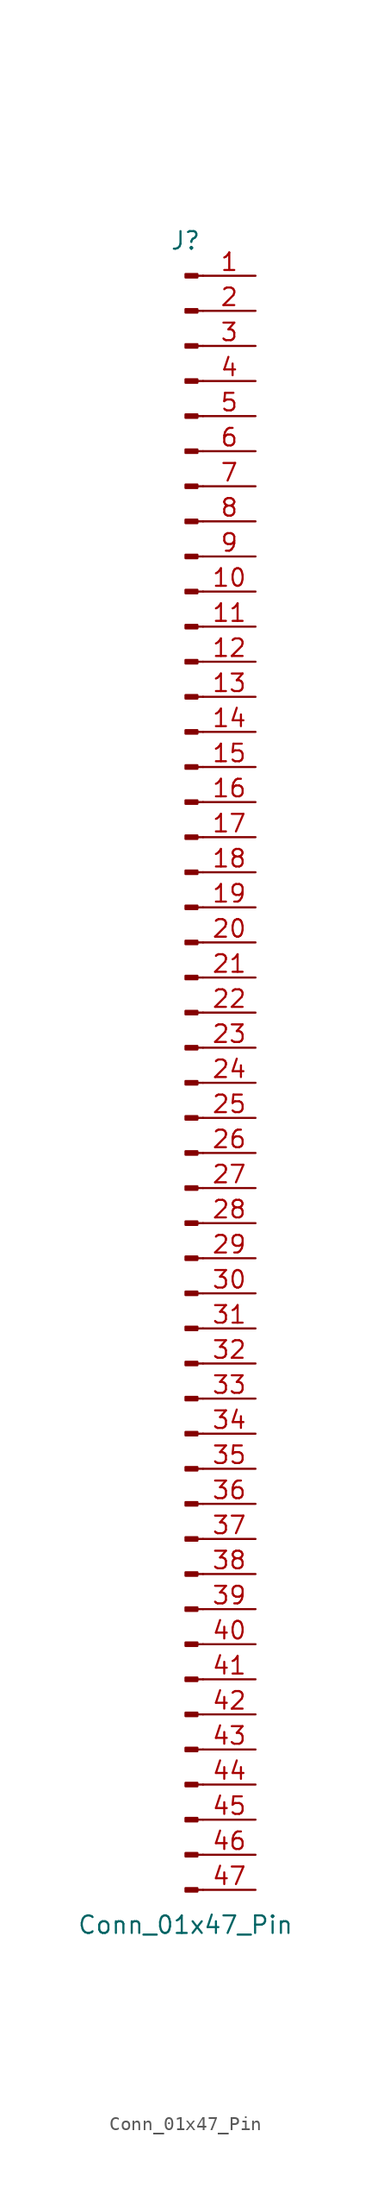
<source format=kicad_sym>
(kicad_symbol_lib
  (version 20220914)
  (generator kicad_symbol_editor)
  (symbol "Conn_01x47_Pin"
    (pin_names
      (offset 1.016) hide)
    (property "Reference" "J"
      (at 0 60.96 0)
      (effects (font (size 1.27 1.27))))
    (property "Value" "Conn_01x47_Pin"
      (at 0 -60.96 0)
      (effects (font (size 1.27 1.27))))
    (property "ki_locked" ""
      (at 0 0 0)
      (effects (font (size 1.27 1.27))))
    (symbol "Conn_01x47_Pin_1_1"
      (polyline (pts (xy 1.27 -58.42) (xy 0.864 -58.42)) (stroke (width 0.152) (type default)) (fill (type none)))
      (polyline (pts (xy 1.27 -55.88) (xy 0.864 -55.88)) (stroke (width 0.152) (type default)) (fill (type none)))
      (polyline (pts (xy 1.27 -53.34) (xy 0.864 -53.34)) (stroke (width 0.152) (type default)) (fill (type none)))
      (polyline (pts (xy 1.27 -50.8) (xy 0.864 -50.8)) (stroke (width 0.152) (type default)) (fill (type none)))
      (polyline (pts (xy 1.27 -48.26) (xy 0.864 -48.26)) (stroke (width 0.152) (type default)) (fill (type none)))
      (polyline (pts (xy 1.27 -45.72) (xy 0.864 -45.72)) (stroke (width 0.152) (type default)) (fill (type none)))
      (polyline (pts (xy 1.27 -43.18) (xy 0.864 -43.18)) (stroke (width 0.152) (type default)) (fill (type none)))
      (polyline (pts (xy 1.27 -40.64) (xy 0.864 -40.64)) (stroke (width 0.152) (type default)) (fill (type none)))
      (polyline (pts (xy 1.27 -38.1) (xy 0.864 -38.1)) (stroke (width 0.152) (type default)) (fill (type none)))
      (polyline (pts (xy 1.27 -35.56) (xy 0.864 -35.56)) (stroke (width 0.152) (type default)) (fill (type none)))
      (polyline (pts (xy 1.27 -33.02) (xy 0.864 -33.02)) (stroke (width 0.152) (type default)) (fill (type none)))
      (polyline (pts (xy 1.27 -30.48) (xy 0.864 -30.48)) (stroke (width 0.152) (type default)) (fill (type none)))
      (polyline (pts (xy 1.27 -27.94) (xy 0.864 -27.94)) (stroke (width 0.152) (type default)) (fill (type none)))
      (polyline (pts (xy 1.27 -25.4) (xy 0.864 -25.4)) (stroke (width 0.152) (type default)) (fill (type none)))
      (polyline (pts (xy 1.27 -22.86) (xy 0.864 -22.86)) (stroke (width 0.152) (type default)) (fill (type none)))
      (polyline (pts (xy 1.27 -20.32) (xy 0.864 -20.32)) (stroke (width 0.152) (type default)) (fill (type none)))
      (polyline (pts (xy 1.27 -17.78) (xy 0.864 -17.78)) (stroke (width 0.152) (type default)) (fill (type none)))
      (polyline (pts (xy 1.27 -15.24) (xy 0.864 -15.24)) (stroke (width 0.152) (type default)) (fill (type none)))
      (polyline (pts (xy 1.27 -12.7) (xy 0.864 -12.7)) (stroke (width 0.152) (type default)) (fill (type none)))
      (polyline (pts (xy 1.27 -10.16) (xy 0.864 -10.16)) (stroke (width 0.152) (type default)) (fill (type none)))
      (polyline (pts (xy 1.27 -7.62) (xy 0.864 -7.62)) (stroke (width 0.152) (type default)) (fill (type none)))
      (polyline (pts (xy 1.27 -5.08) (xy 0.864 -5.08)) (stroke (width 0.152) (type default)) (fill (type none)))
      (polyline (pts (xy 1.27 -2.54) (xy 0.864 -2.54)) (stroke (width 0.152) (type default)) (fill (type none)))
      (polyline (pts (xy 1.27 0) (xy 0.864 0)) (stroke (width 0.152) (type default)) (fill (type none)))
      (polyline (pts (xy 1.27 2.54) (xy 0.864 2.54)) (stroke (width 0.152) (type default)) (fill (type none)))
      (polyline (pts (xy 1.27 5.08) (xy 0.864 5.08)) (stroke (width 0.152) (type default)) (fill (type none)))
      (polyline (pts (xy 1.27 7.62) (xy 0.864 7.62)) (stroke (width 0.152) (type default)) (fill (type none)))
      (polyline (pts (xy 1.27 10.16) (xy 0.864 10.16)) (stroke (width 0.152) (type default)) (fill (type none)))
      (polyline (pts (xy 1.27 12.7) (xy 0.864 12.7)) (stroke (width 0.152) (type default)) (fill (type none)))
      (polyline (pts (xy 1.27 15.24) (xy 0.864 15.24)) (stroke (width 0.152) (type default)) (fill (type none)))
      (polyline (pts (xy 1.27 17.78) (xy 0.864 17.78)) (stroke (width 0.152) (type default)) (fill (type none)))
      (polyline (pts (xy 1.27 20.32) (xy 0.864 20.32)) (stroke (width 0.152) (type default)) (fill (type none)))
      (polyline (pts (xy 1.27 22.86) (xy 0.864 22.86)) (stroke (width 0.152) (type default)) (fill (type none)))
      (polyline (pts (xy 1.27 25.4) (xy 0.864 25.4)) (stroke (width 0.152) (type default)) (fill (type none)))
      (polyline (pts (xy 1.27 27.94) (xy 0.864 27.94)) (stroke (width 0.152) (type default)) (fill (type none)))
      (polyline (pts (xy 1.27 30.48) (xy 0.864 30.48)) (stroke (width 0.152) (type default)) (fill (type none)))
      (polyline (pts (xy 1.27 33.02) (xy 0.864 33.02)) (stroke (width 0.152) (type default)) (fill (type none)))
      (polyline (pts (xy 1.27 35.56) (xy 0.864 35.56)) (stroke (width 0.152) (type default)) (fill (type none)))
      (polyline (pts (xy 1.27 38.1) (xy 0.864 38.1)) (stroke (width 0.152) (type default)) (fill (type none)))
      (polyline (pts (xy 1.27 40.64) (xy 0.864 40.64)) (stroke (width 0.152) (type default)) (fill (type none)))
      (polyline (pts (xy 1.27 43.18) (xy 0.864 43.18)) (stroke (width 0.152) (type default)) (fill (type none)))
      (polyline (pts (xy 1.27 45.72) (xy 0.864 45.72)) (stroke (width 0.152) (type default)) (fill (type none)))
      (polyline (pts (xy 1.27 48.26) (xy 0.864 48.26)) (stroke (width 0.152) (type default)) (fill (type none)))
      (polyline (pts (xy 1.27 50.8) (xy 0.864 50.8)) (stroke (width 0.152) (type default)) (fill (type none)))
      (polyline (pts (xy 1.27 53.34) (xy 0.864 53.34)) (stroke (width 0.152) (type default)) (fill (type none)))
      (polyline (pts (xy 1.27 55.88) (xy 0.864 55.88)) (stroke (width 0.152) (type default)) (fill (type none)))
      (polyline (pts (xy 1.27 58.42) (xy 0.864 58.42)) (stroke (width 0.152) (type default)) (fill (type none)))
      (rectangle (start 0.864 -58.293) (end 0 -58.547) (stroke (width 0.152) (type default)) (fill (type outline)))
      (rectangle (start 0.864 -55.753) (end 0 -56.007) (stroke (width 0.152) (type default)) (fill (type outline)))
      (rectangle (start 0.864 -53.213) (end 0 -53.467) (stroke (width 0.152) (type default)) (fill (type outline)))
      (rectangle (start 0.864 -50.673) (end 0 -50.927) (stroke (width 0.152) (type default)) (fill (type outline)))
      (rectangle (start 0.864 -48.133) (end 0 -48.387) (stroke (width 0.152) (type default)) (fill (type outline)))
      (rectangle (start 0.864 -45.593) (end 0 -45.847) (stroke (width 0.152) (type default)) (fill (type outline)))
      (rectangle (start 0.864 -43.053) (end 0 -43.307) (stroke (width 0.152) (type default)) (fill (type outline)))
      (rectangle (start 0.864 -40.513) (end 0 -40.767) (stroke (width 0.152) (type default)) (fill (type outline)))
      (rectangle (start 0.864 -37.973) (end 0 -38.227) (stroke (width 0.152) (type default)) (fill (type outline)))
      (rectangle (start 0.864 -35.433) (end 0 -35.687) (stroke (width 0.152) (type default)) (fill (type outline)))
      (rectangle (start 0.864 -32.893) (end 0 -33.147) (stroke (width 0.152) (type default)) (fill (type outline)))
      (rectangle (start 0.864 -30.353) (end 0 -30.607) (stroke (width 0.152) (type default)) (fill (type outline)))
      (rectangle (start 0.864 -27.813) (end 0 -28.067) (stroke (width 0.152) (type default)) (fill (type outline)))
      (rectangle (start 0.864 -25.273) (end 0 -25.527) (stroke (width 0.152) (type default)) (fill (type outline)))
      (rectangle (start 0.864 -22.733) (end 0 -22.987) (stroke (width 0.152) (type default)) (fill (type outline)))
      (rectangle (start 0.864 -20.193) (end 0 -20.447) (stroke (width 0.152) (type default)) (fill (type outline)))
      (rectangle (start 0.864 -17.653) (end 0 -17.907) (stroke (width 0.152) (type default)) (fill (type outline)))
      (rectangle (start 0.864 -15.113) (end 0 -15.367) (stroke (width 0.152) (type default)) (fill (type outline)))
      (rectangle (start 0.864 -12.573) (end 0 -12.827) (stroke (width 0.152) (type default)) (fill (type outline)))
      (rectangle (start 0.864 -10.033) (end 0 -10.287) (stroke (width 0.152) (type default)) (fill (type outline)))
      (rectangle (start 0.864 -7.493) (end 0 -7.747) (stroke (width 0.152) (type default)) (fill (type outline)))
      (rectangle (start 0.864 -4.953) (end 0 -5.207) (stroke (width 0.152) (type default)) (fill (type outline)))
      (rectangle (start 0.864 -2.413) (end 0 -2.667) (stroke (width 0.152) (type default)) (fill (type outline)))
      (rectangle (start 0.864 0.127) (end 0 -0.127) (stroke (width 0.152) (type default)) (fill (type outline)))
      (rectangle (start 0.864 2.667) (end 0 2.413) (stroke (width 0.152) (type default)) (fill (type outline)))
      (rectangle (start 0.864 5.207) (end 0 4.953) (stroke (width 0.152) (type default)) (fill (type outline)))
      (rectangle (start 0.864 7.747) (end 0 7.493) (stroke (width 0.152) (type default)) (fill (type outline)))
      (rectangle (start 0.864 10.287) (end 0 10.033) (stroke (width 0.152) (type default)) (fill (type outline)))
      (rectangle (start 0.864 12.827) (end 0 12.573) (stroke (width 0.152) (type default)) (fill (type outline)))
      (rectangle (start 0.864 15.367) (end 0 15.113) (stroke (width 0.152) (type default)) (fill (type outline)))
      (rectangle (start 0.864 17.907) (end 0 17.653) (stroke (width 0.152) (type default)) (fill (type outline)))
      (rectangle (start 0.864 20.447) (end 0 20.193) (stroke (width 0.152) (type default)) (fill (type outline)))
      (rectangle (start 0.864 22.987) (end 0 22.733) (stroke (width 0.152) (type default)) (fill (type outline)))
      (rectangle (start 0.864 25.527) (end 0 25.273) (stroke (width 0.152) (type default)) (fill (type outline)))
      (rectangle (start 0.864 28.067) (end 0 27.813) (stroke (width 0.152) (type default)) (fill (type outline)))
      (rectangle (start 0.864 30.607) (end 0 30.353) (stroke (width 0.152) (type default)) (fill (type outline)))
      (rectangle (start 0.864 33.147) (end 0 32.893) (stroke (width 0.152) (type default)) (fill (type outline)))
      (rectangle (start 0.864 35.687) (end 0 35.433) (stroke (width 0.152) (type default)) (fill (type outline)))
      (rectangle (start 0.864 38.227) (end 0 37.973) (stroke (width 0.152) (type default)) (fill (type outline)))
      (rectangle (start 0.864 40.767) (end 0 40.513) (stroke (width 0.152) (type default)) (fill (type outline)))
      (rectangle (start 0.864 43.307) (end 0 43.053) (stroke (width 0.152) (type default)) (fill (type outline)))
      (rectangle (start 0.864 45.847) (end 0 45.593) (stroke (width 0.152) (type default)) (fill (type outline)))
      (rectangle (start 0.864 48.387) (end 0 48.133) (stroke (width 0.152) (type default)) (fill (type outline)))
      (rectangle (start 0.864 50.927) (end 0 50.673) (stroke (width 0.152) (type default)) (fill (type outline)))
      (rectangle (start 0.864 53.467) (end 0 53.213) (stroke (width 0.152) (type default)) (fill (type outline)))
      (rectangle (start 0.864 56.007) (end 0 55.753) (stroke (width 0.152) (type default)) (fill (type outline)))
      (rectangle (start 0.864 58.547) (end 0 58.293) (stroke (width 0.152) (type default)) (fill (type outline)))
      (pin passive line (at 5.08 58.42 180) (length 3.81) (name "Pin_1" (effects (font (size 1.27 1.27)))) (number "1" (effects (font (size 1.27 1.27)))))
      (pin passive line (at 5.08 35.56 180) (length 3.81) (name "Pin_10" (effects (font (size 1.27 1.27)))) (number "10" (effects (font (size 1.27 1.27)))))
      (pin passive line (at 5.08 33.02 180) (length 3.81) (name "Pin_11" (effects (font (size 1.27 1.27)))) (number "11" (effects (font (size 1.27 1.27)))))
      (pin passive line (at 5.08 30.48 180) (length 3.81) (name "Pin_12" (effects (font (size 1.27 1.27)))) (number "12" (effects (font (size 1.27 1.27)))))
      (pin passive line (at 5.08 27.94 180) (length 3.81) (name "Pin_13" (effects (font (size 1.27 1.27)))) (number "13" (effects (font (size 1.27 1.27)))))
      (pin passive line (at 5.08 25.4 180) (length 3.81) (name "Pin_14" (effects (font (size 1.27 1.27)))) (number "14" (effects (font (size 1.27 1.27)))))
      (pin passive line (at 5.08 22.86 180) (length 3.81) (name "Pin_15" (effects (font (size 1.27 1.27)))) (number "15" (effects (font (size 1.27 1.27)))))
      (pin passive line (at 5.08 20.32 180) (length 3.81) (name "Pin_16" (effects (font (size 1.27 1.27)))) (number "16" (effects (font (size 1.27 1.27)))))
      (pin passive line (at 5.08 17.78 180) (length 3.81) (name "Pin_17" (effects (font (size 1.27 1.27)))) (number "17" (effects (font (size 1.27 1.27)))))
      (pin passive line (at 5.08 15.24 180) (length 3.81) (name "Pin_18" (effects (font (size 1.27 1.27)))) (number "18" (effects (font (size 1.27 1.27)))))
      (pin passive line (at 5.08 12.7 180) (length 3.81) (name "Pin_19" (effects (font (size 1.27 1.27)))) (number "19" (effects (font (size 1.27 1.27)))))
      (pin passive line (at 5.08 55.88 180) (length 3.81) (name "Pin_2" (effects (font (size 1.27 1.27)))) (number "2" (effects (font (size 1.27 1.27)))))
      (pin passive line (at 5.08 10.16 180) (length 3.81) (name "Pin_20" (effects (font (size 1.27 1.27)))) (number "20" (effects (font (size 1.27 1.27)))))
      (pin passive line (at 5.08 7.62 180) (length 3.81) (name "Pin_21" (effects (font (size 1.27 1.27)))) (number "21" (effects (font (size 1.27 1.27)))))
      (pin passive line (at 5.08 5.08 180) (length 3.81) (name "Pin_22" (effects (font (size 1.27 1.27)))) (number "22" (effects (font (size 1.27 1.27)))))
      (pin passive line (at 5.08 2.54 180) (length 3.81) (name "Pin_23" (effects (font (size 1.27 1.27)))) (number "23" (effects (font (size 1.27 1.27)))))
      (pin passive line (at 5.08 0 180) (length 3.81) (name "Pin_24" (effects (font (size 1.27 1.27)))) (number "24" (effects (font (size 1.27 1.27)))))
      (pin passive line (at 5.08 -2.54 180) (length 3.81) (name "Pin_25" (effects (font (size 1.27 1.27)))) (number "25" (effects (font (size 1.27 1.27)))))
      (pin passive line (at 5.08 -5.08 180) (length 3.81) (name "Pin_26" (effects (font (size 1.27 1.27)))) (number "26" (effects (font (size 1.27 1.27)))))
      (pin passive line (at 5.08 -7.62 180) (length 3.81) (name "Pin_27" (effects (font (size 1.27 1.27)))) (number "27" (effects (font (size 1.27 1.27)))))
      (pin passive line (at 5.08 -10.16 180) (length 3.81) (name "Pin_28" (effects (font (size 1.27 1.27)))) (number "28" (effects (font (size 1.27 1.27)))))
      (pin passive line (at 5.08 -12.7 180) (length 3.81) (name "Pin_29" (effects (font (size 1.27 1.27)))) (number "29" (effects (font (size 1.27 1.27)))))
      (pin passive line (at 5.08 53.34 180) (length 3.81) (name "Pin_3" (effects (font (size 1.27 1.27)))) (number "3" (effects (font (size 1.27 1.27)))))
      (pin passive line (at 5.08 -15.24 180) (length 3.81) (name "Pin_30" (effects (font (size 1.27 1.27)))) (number "30" (effects (font (size 1.27 1.27)))))
      (pin passive line (at 5.08 -17.78 180) (length 3.81) (name "Pin_31" (effects (font (size 1.27 1.27)))) (number "31" (effects (font (size 1.27 1.27)))))
      (pin passive line (at 5.08 -20.32 180) (length 3.81) (name "Pin_32" (effects (font (size 1.27 1.27)))) (number "32" (effects (font (size 1.27 1.27)))))
      (pin passive line (at 5.08 -22.86 180) (length 3.81) (name "Pin_33" (effects (font (size 1.27 1.27)))) (number "33" (effects (font (size 1.27 1.27)))))
      (pin passive line (at 5.08 -25.4 180) (length 3.81) (name "Pin_34" (effects (font (size 1.27 1.27)))) (number "34" (effects (font (size 1.27 1.27)))))
      (pin passive line (at 5.08 -27.94 180) (length 3.81) (name "Pin_35" (effects (font (size 1.27 1.27)))) (number "35" (effects (font (size 1.27 1.27)))))
      (pin passive line (at 5.08 -30.48 180) (length 3.81) (name "Pin_36" (effects (font (size 1.27 1.27)))) (number "36" (effects (font (size 1.27 1.27)))))
      (pin passive line (at 5.08 -33.02 180) (length 3.81) (name "Pin_37" (effects (font (size 1.27 1.27)))) (number "37" (effects (font (size 1.27 1.27)))))
      (pin passive line (at 5.08 -35.56 180) (length 3.81) (name "Pin_38" (effects (font (size 1.27 1.27)))) (number "38" (effects (font (size 1.27 1.27)))))
      (pin passive line (at 5.08 -38.1 180) (length 3.81) (name "Pin_39" (effects (font (size 1.27 1.27)))) (number "39" (effects (font (size 1.27 1.27)))))
      (pin passive line (at 5.08 50.8 180) (length 3.81) (name "Pin_4" (effects (font (size 1.27 1.27)))) (number "4" (effects (font (size 1.27 1.27)))))
      (pin passive line (at 5.08 -40.64 180) (length 3.81) (name "Pin_40" (effects (font (size 1.27 1.27)))) (number "40" (effects (font (size 1.27 1.27)))))
      (pin passive line (at 5.08 -43.18 180) (length 3.81) (name "Pin_41" (effects (font (size 1.27 1.27)))) (number "41" (effects (font (size 1.27 1.27)))))
      (pin passive line (at 5.08 -45.72 180) (length 3.81) (name "Pin_42" (effects (font (size 1.27 1.27)))) (number "42" (effects (font (size 1.27 1.27)))))
      (pin passive line (at 5.08 -48.26 180) (length 3.81) (name "Pin_43" (effects (font (size 1.27 1.27)))) (number "43" (effects (font (size 1.27 1.27)))))
      (pin passive line (at 5.08 -50.8 180) (length 3.81) (name "Pin_44" (effects (font (size 1.27 1.27)))) (number "44" (effects (font (size 1.27 1.27)))))
      (pin passive line (at 5.08 -53.34 180) (length 3.81) (name "Pin_45" (effects (font (size 1.27 1.27)))) (number "45" (effects (font (size 1.27 1.27)))))
      (pin passive line (at 5.08 -55.88 180) (length 3.81) (name "Pin_46" (effects (font (size 1.27 1.27)))) (number "46" (effects (font (size 1.27 1.27)))))
      (pin passive line (at 5.08 -58.42 180) (length 3.81) (name "Pin_47" (effects (font (size 1.27 1.27)))) (number "47" (effects (font (size 1.27 1.27)))))
      (pin passive line (at 5.08 48.26 180) (length 3.81) (name "Pin_5" (effects (font (size 1.27 1.27)))) (number "5" (effects (font (size 1.27 1.27)))))
      (pin passive line (at 5.08 45.72 180) (length 3.81) (name "Pin_6" (effects (font (size 1.27 1.27)))) (number "6" (effects (font (size 1.27 1.27)))))
      (pin passive line (at 5.08 43.18 180) (length 3.81) (name "Pin_7" (effects (font (size 1.27 1.27)))) (number "7" (effects (font (size 1.27 1.27)))))
      (pin passive line (at 5.08 40.64 180) (length 3.81) (name "Pin_8" (effects (font (size 1.27 1.27)))) (number "8" (effects (font (size 1.27 1.27)))))
      (pin passive line (at 5.08 38.1 180) (length 3.81) (name "Pin_9" (effects (font (size 1.27 1.27)))) (number "9" (effects (font (size 1.27 1.27))))))))
</source>
